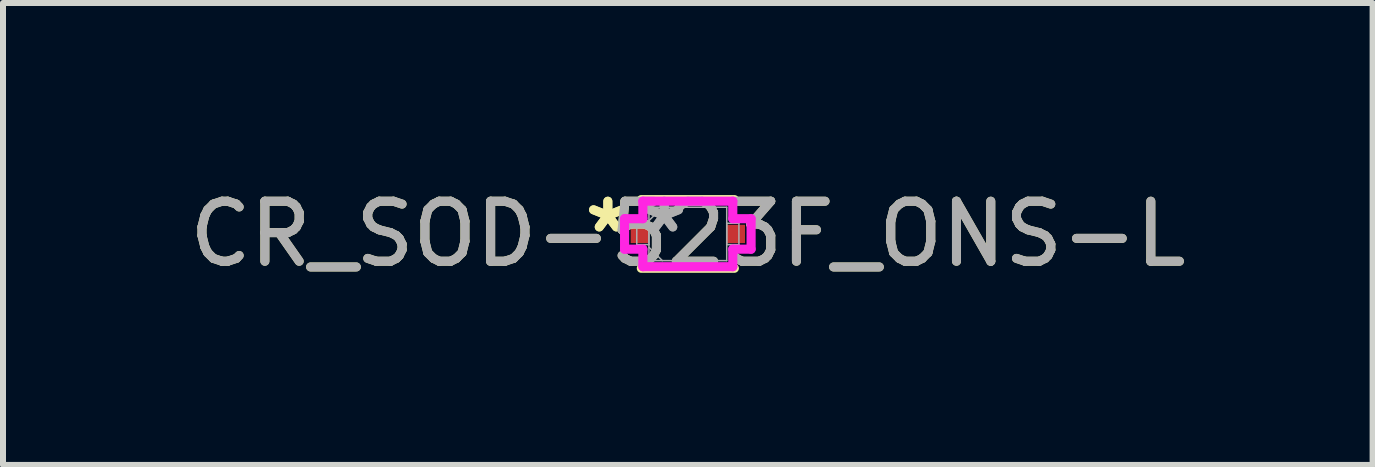
<source format=kicad_pcb>
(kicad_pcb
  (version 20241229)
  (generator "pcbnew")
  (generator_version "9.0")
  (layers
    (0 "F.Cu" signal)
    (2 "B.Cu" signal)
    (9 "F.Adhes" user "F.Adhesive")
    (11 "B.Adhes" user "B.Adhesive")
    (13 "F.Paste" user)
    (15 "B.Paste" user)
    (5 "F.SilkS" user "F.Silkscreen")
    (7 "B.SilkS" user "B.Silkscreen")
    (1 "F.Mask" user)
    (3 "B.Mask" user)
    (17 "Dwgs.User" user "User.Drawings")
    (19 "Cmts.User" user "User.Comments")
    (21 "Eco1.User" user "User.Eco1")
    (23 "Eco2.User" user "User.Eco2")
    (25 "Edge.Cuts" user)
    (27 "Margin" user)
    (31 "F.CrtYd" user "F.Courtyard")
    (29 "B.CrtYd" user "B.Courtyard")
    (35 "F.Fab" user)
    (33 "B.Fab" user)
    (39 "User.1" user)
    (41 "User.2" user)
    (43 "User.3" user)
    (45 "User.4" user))
  (footprint "CR_SOD-523F_ONS-L"
    (layer "F.Cu")
    (at 8.411 0.848)
    (property "Reference" "CR_SOD-523F_ONS-L" (at 0 0 0) (unlocked yes) (layer "F.SilkS") (effects (font (size 1 1) (thickness 0.15))))
    (attr smd)
    (fp_line (start -0.775 0.572) (end 0.775 0.572) (stroke (width 0.152) (type solid)) (layer "F.SilkS"))
    (fp_line (start 0.775 -0.572) (end -0.775 -0.572) (stroke (width 0.152) (type solid)) (layer "F.SilkS"))
    (fp_line (start -1.054 -0.254) (end -0.749 -0.254) (stroke (width 0.152) (type solid)) (layer "F.CrtYd"))
    (fp_line (start -1.054 0.254) (end -1.054 -0.254) (stroke (width 0.152) (type solid)) (layer "F.CrtYd"))
    (fp_line (start -0.749 -0.546) (end 0.749 -0.546) (stroke (width 0.152) (type solid)) (layer "F.CrtYd"))
    (fp_line (start -0.749 -0.254) (end -0.749 -0.546) (stroke (width 0.152) (type solid)) (layer "F.CrtYd"))
    (fp_line (start -0.749 0.254) (end -1.054 0.254) (stroke (width 0.152) (type solid)) (layer "F.CrtYd"))
    (fp_line (start -0.749 0.546) (end -0.749 0.254) (stroke (width 0.152) (type solid)) (layer "F.CrtYd"))
    (fp_line (start 0.749 -0.546) (end 0.749 -0.254) (stroke (width 0.152) (type solid)) (layer "F.CrtYd"))
    (fp_line (start 0.749 -0.254) (end 1.054 -0.254) (stroke (width 0.152) (type solid)) (layer "F.CrtYd"))
    (fp_line (start 0.749 0.254) (end 0.749 0.546) (stroke (width 0.152) (type solid)) (layer "F.CrtYd"))
    (fp_line (start 0.749 0.546) (end -0.749 0.546) (stroke (width 0.152) (type solid)) (layer "F.CrtYd"))
    (fp_line (start 1.054 -0.254) (end 1.054 0.254) (stroke (width 0.152) (type solid)) (layer "F.CrtYd"))
    (fp_line (start 1.054 0.254) (end 0.749 0.254) (stroke (width 0.152) (type solid)) (layer "F.CrtYd"))
    (fp_line (start -0.851 -0.178) (end -0.851 0.178) (stroke (width 0.025) (type solid)) (layer "F.Fab"))
    (fp_line (start -0.851 0.178) (end -0.648 0.178) (stroke (width 0.025) (type solid)) (layer "F.Fab"))
    (fp_line (start -0.648 -0.445) (end -0.648 0.445) (stroke (width 0.025) (type solid)) (layer "F.Fab"))
    (fp_line (start -0.648 -0.222) (end -0.425 -0.445) (stroke (width 0.025) (type solid)) (layer "F.Fab"))
    (fp_line (start -0.648 -0.178) (end -0.851 -0.178) (stroke (width 0.025) (type solid)) (layer "F.Fab"))
    (fp_line (start -0.648 0.178) (end -0.648 -0.178) (stroke (width 0.025) (type solid)) (layer "F.Fab"))
    (fp_line (start -0.648 0.222) (end -0.425 0.445) (stroke (width 0.025) (type solid)) (layer "F.Fab"))
    (fp_line (start -0.648 0.445) (end 0.648 0.445) (stroke (width 0.025) (type solid)) (layer "F.Fab"))
    (fp_line (start 0.648 -0.445) (end -0.648 -0.445) (stroke (width 0.025) (type solid)) (layer "F.Fab"))
    (fp_line (start 0.648 -0.178) (end 0.648 0.178) (stroke (width 0.025) (type solid)) (layer "F.Fab"))
    (fp_line (start 0.648 0.178) (end 0.851 0.178) (stroke (width 0.025) (type solid)) (layer "F.Fab"))
    (fp_line (start 0.648 0.445) (end 0.648 -0.445) (stroke (width 0.025) (type solid)) (layer "F.Fab"))
    (fp_line (start 0.851 -0.178) (end 0.648 -0.178) (stroke (width 0.025) (type solid)) (layer "F.Fab"))
    (fp_line (start 0.851 0.178) (end 0.851 -0.178) (stroke (width 0.025) (type solid)) (layer "F.Fab"))
    (fp_text user "*" (at -1.333 0 0) (layer "F.SilkS") (effects (font (size 1 1) (thickness 0.15))))
    (fp_text user "*" (at -1.333 0 0) (unlocked yes) (layer "F.SilkS") (effects (font (size 1 1) (thickness 0.15))))
    (fp_text user "${REFERENCE}" (at 0 0 0) (unlocked yes) (layer "F.Fab") (effects (font (size 1 1) (thickness 0.15))))
    (fp_text user "*" (at -0.394 0 0) (layer "F.Fab") (effects (font (size 1 1) (thickness 0.15))))
    (fp_text user "*" (at -0.394 0 0) (unlocked yes) (layer "F.Fab") (effects (font (size 1 1) (thickness 0.15))))
    (pad "1" smd rect (at -0.8 0) (size 0.305 0.305) (layers "F.Cu" "F.Mask" "F.Paste"))
    (pad "2" smd rect (at 0.8 0) (size 0.305 0.305) (layers "F.Cu" "F.Mask" "F.Paste"))
    (zone (net_name "") (layer "F.Cu") (hatch full 0.508) (connect_pads) (min_thickness 0.254) (filled_areas_thickness no) (keepout (tracks not_allowed) (vias not_allowed) (pads allowed) (copperpour not_allowed) (footprints allowed)) (placement (enabled no)) (fill) (polygon (pts (xy 7.814 0.455) (xy 9.008 0.455) (xy 9.008 1.242) (xy 7.814 1.242)))))
  (gr_rect
    (start -3 -3)
    (end 19.821 4.697)
    (stroke (width 0.1) (type default))
    (fill no)
    (layer "Edge.Cuts")))
</source>
